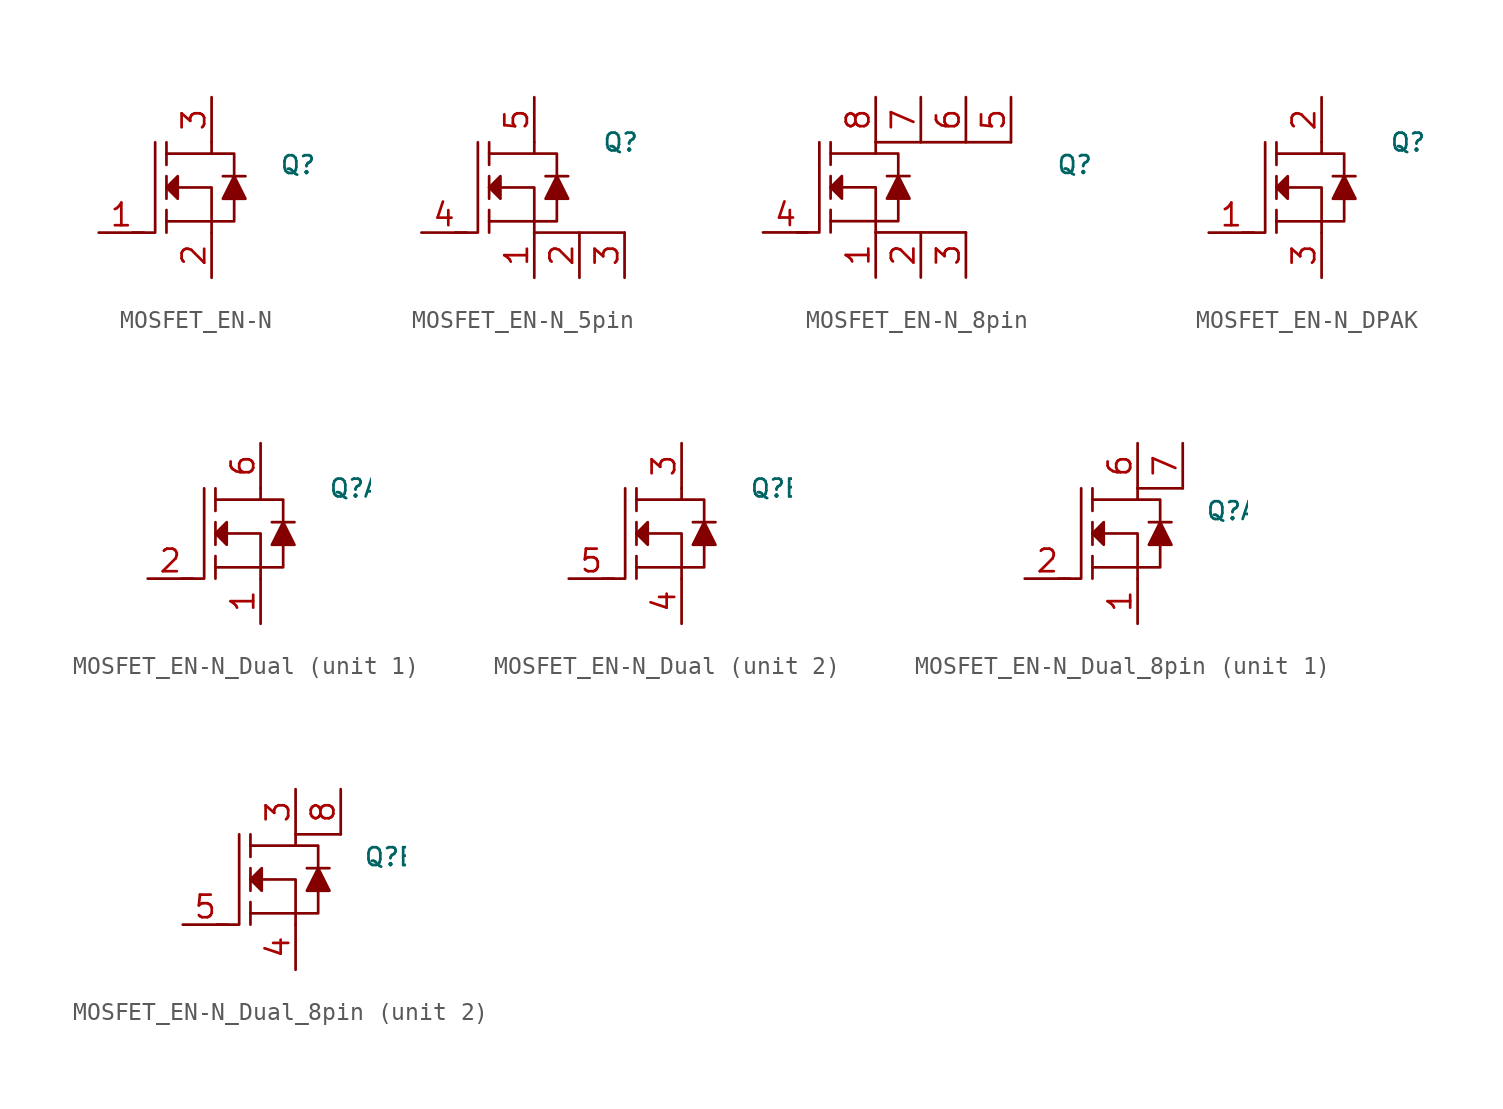
<source format=kicad_sym>
(kicad_symbol_lib
  (version 20231120)
  (generator "kicad_symbol_editor")
  (generator_version "8.0")
  (symbol "MOSFET_EN-N"
    (property "Reference" "Q"
      (at 3.81 1.27 0)
      (effects (font (size 1 1)) (justify left)))
    (symbol "MOSFET_EN-N_0_1"
      (polyline (pts (xy -2.54 -1.905) (xy 0 -1.905)) (stroke (width 0) (type default)) (fill (type none)))
      (polyline (pts (xy -2.54 -1.27) (xy -2.54 -2.54)) (stroke (width 0) (type default)) (fill (type none)))
      (polyline (pts (xy -2.54 0.635) (xy -2.54 -0.635)) (stroke (width 0) (type default)) (fill (type none)))
      (polyline (pts (xy -2.54 2.54) (xy -2.54 1.27)) (stroke (width 0) (type default)) (fill (type none)))
      (polyline (pts (xy 0.635 0.635) (xy 1.905 0.635)) (stroke (width 0) (type default)) (fill (type none)))
      (polyline (pts (xy -3.175 2.54) (xy -3.175 -2.54) (xy -4.445 -2.54)) (stroke (width 0) (type default)) (fill (type none)))
      (polyline (pts (xy -2.54 0) (xy 0 0) (xy 0 -2.54)) (stroke (width 0) (type default)) (fill (type none)))
      (polyline (pts (xy -2.54 1.905) (xy 0 1.905) (xy 0 2.54)) (stroke (width 0) (type default)) (fill (type none)))
      (polyline (pts (xy 1.27 -0.635) (xy 1.27 -1.905) (xy 0 -1.905)) (stroke (width 0) (type default)) (fill (type none)))
      (polyline (pts (xy 1.27 0.635) (xy 1.27 1.905) (xy 0 1.905)) (stroke (width 0) (type default)) (fill (type none)))
      (polyline (pts (xy -1.905 0.635) (xy -1.905 -0.635) (xy -2.54 0) (xy -1.905 0.635)) (stroke (width 0) (type default)) (fill (type outline)))
      (polyline (pts (xy 1.27 0.635) (xy 0.635 -0.635) (xy 1.905 -0.635) (xy 1.27 0.635)) (stroke (width 0) (type default)) (fill (type outline))))
    (symbol "MOSFET_EN-N_1_1"
      (pin input line (at -6.35 -2.54 0) (length 2.54) (name "~" (effects (font (size 1.27 1.27)))) (number "1" (effects (font (size 1.27 1.27)))))
      (pin bidirectional line (at 0 -5.08 90) (length 2.54) (name "~" (effects (font (size 1.27 1.27)))) (number "2" (effects (font (size 1.27 1.27)))))
      (pin bidirectional line (at 0 5.08 270) (length 2.54) (name "~" (effects (font (size 1.27 1.27)))) (number "3" (effects (font (size 1.27 1.27)))))))
  (symbol "MOSFET_EN-N_5pin"
    (property "Reference" "Q"
      (at 3.81 2.54 0)
      (effects (font (size 1 1)) (justify left)))
    (symbol "MOSFET_EN-N_5pin_0_1"
      (polyline (pts (xy -2.54 -1.905) (xy 0 -1.905)) (stroke (width 0) (type default)) (fill (type none)))
      (polyline (pts (xy -2.54 -1.27) (xy -2.54 -2.54)) (stroke (width 0) (type default)) (fill (type none)))
      (polyline (pts (xy -2.54 0.635) (xy -2.54 -0.635)) (stroke (width 0) (type default)) (fill (type none)))
      (polyline (pts (xy -2.54 2.54) (xy -2.54 1.27)) (stroke (width 0) (type default)) (fill (type none)))
      (polyline (pts (xy 0.635 0.635) (xy 1.905 0.635)) (stroke (width 0) (type default)) (fill (type none)))
      (polyline (pts (xy 5.08 -2.54) (xy 0 -2.54)) (stroke (width 0) (type default)) (fill (type none)))
      (polyline (pts (xy -3.175 2.54) (xy -3.175 -2.54) (xy -4.445 -2.54)) (stroke (width 0) (type default)) (fill (type none)))
      (polyline (pts (xy -2.54 0) (xy 0 0) (xy 0 -2.54)) (stroke (width 0) (type default)) (fill (type none)))
      (polyline (pts (xy -2.54 1.905) (xy 0 1.905) (xy 0 2.54)) (stroke (width 0) (type default)) (fill (type none)))
      (polyline (pts (xy 1.27 -0.635) (xy 1.27 -1.905) (xy 0 -1.905)) (stroke (width 0) (type default)) (fill (type none)))
      (polyline (pts (xy 1.27 0.635) (xy 1.27 1.905) (xy 0 1.905)) (stroke (width 0) (type default)) (fill (type none)))
      (polyline (pts (xy -1.905 0.635) (xy -1.905 -0.635) (xy -2.54 0) (xy -1.905 0.635)) (stroke (width 0) (type default)) (fill (type outline)))
      (polyline (pts (xy 1.27 0.635) (xy 0.635 -0.635) (xy 1.905 -0.635) (xy 1.27 0.635)) (stroke (width 0) (type default)) (fill (type outline))))
    (symbol "MOSFET_EN-N_5pin_1_1"
      (pin bidirectional line (at 0 -5.08 90) (length 2.54) (name "~" (effects (font (size 1.27 1.27)))) (number "1" (effects (font (size 1.27 1.27)))))
      (pin bidirectional line (at 2.54 -5.08 90) (length 2.54) (name "~" (effects (font (size 1.27 1.27)))) (number "2" (effects (font (size 1.27 1.27)))))
      (pin bidirectional line (at 5.08 -5.08 90) (length 2.54) (name "~" (effects (font (size 1.27 1.27)))) (number "3" (effects (font (size 1.27 1.27)))))
      (pin input line (at -6.35 -2.54 0) (length 2.54) (name "~" (effects (font (size 1.27 1.27)))) (number "4" (effects (font (size 1.27 1.27)))))
      (pin bidirectional line (at 0 5.08 270) (length 2.54) (name "~" (effects (font (size 1.27 1.27)))) (number "5" (effects (font (size 1.27 1.27)))))))
  (symbol "MOSFET_EN-N_8pin"
    (property "Reference" "Q"
      (at 10.16 1.27 0)
      (effects (font (size 1 1)) (justify left)))
    (symbol "MOSFET_EN-N_8pin_0_1"
      (polyline (pts (xy -2.54 -1.905) (xy 0 -1.905)) (stroke (width 0) (type default)) (fill (type none)))
      (polyline (pts (xy -2.54 -1.27) (xy -2.54 -2.54)) (stroke (width 0) (type default)) (fill (type none)))
      (polyline (pts (xy -2.54 0.635) (xy -2.54 -0.635)) (stroke (width 0) (type default)) (fill (type none)))
      (polyline (pts (xy -2.54 2.54) (xy -2.54 1.27)) (stroke (width 0) (type default)) (fill (type none)))
      (polyline (pts (xy 0 2.54) (xy 7.62 2.54)) (stroke (width 0) (type default)) (fill (type none)))
      (polyline (pts (xy 0.635 0.635) (xy 1.905 0.635)) (stroke (width 0) (type default)) (fill (type none)))
      (polyline (pts (xy 5.08 -2.54) (xy 0 -2.54)) (stroke (width 0) (type default)) (fill (type none)))
      (polyline (pts (xy -3.175 2.54) (xy -3.175 -2.54) (xy -4.445 -2.54)) (stroke (width 0) (type default)) (fill (type none)))
      (polyline (pts (xy -2.54 0) (xy 0 0) (xy 0 -2.54)) (stroke (width 0) (type default)) (fill (type none)))
      (polyline (pts (xy -2.54 1.905) (xy 0 1.905) (xy 0 2.54)) (stroke (width 0) (type default)) (fill (type none)))
      (polyline (pts (xy 1.27 -0.635) (xy 1.27 -1.905) (xy 0 -1.905)) (stroke (width 0) (type default)) (fill (type none)))
      (polyline (pts (xy 1.27 0.635) (xy 1.27 1.905) (xy 0 1.905)) (stroke (width 0) (type default)) (fill (type none)))
      (polyline (pts (xy -1.905 0.635) (xy -1.905 -0.635) (xy -2.54 0) (xy -1.905 0.635)) (stroke (width 0) (type default)) (fill (type outline)))
      (polyline (pts (xy 1.27 0.635) (xy 0.635 -0.635) (xy 1.905 -0.635) (xy 1.27 0.635)) (stroke (width 0) (type default)) (fill (type outline))))
    (symbol "MOSFET_EN-N_8pin_1_1"
      (pin bidirectional line (at 0 -5.08 90) (length 2.54) (name "~" (effects (font (size 1.27 1.27)))) (number "1" (effects (font (size 1.27 1.27)))))
      (pin bidirectional line (at 2.54 -5.08 90) (length 2.54) (name "~" (effects (font (size 1.27 1.27)))) (number "2" (effects (font (size 1.27 1.27)))))
      (pin bidirectional line (at 5.08 -5.08 90) (length 2.54) (name "~" (effects (font (size 1.27 1.27)))) (number "3" (effects (font (size 1.27 1.27)))))
      (pin input line (at -6.35 -2.54 0) (length 2.54) (name "~" (effects (font (size 1.27 1.27)))) (number "4" (effects (font (size 1.27 1.27)))))
      (pin bidirectional line (at 7.62 5.08 270) (length 2.54) (name "~" (effects (font (size 1.27 1.27)))) (number "5" (effects (font (size 1.27 1.27)))))
      (pin bidirectional line (at 5.08 5.08 270) (length 2.54) (name "~" (effects (font (size 1.27 1.27)))) (number "6" (effects (font (size 1.27 1.27)))))
      (pin bidirectional line (at 2.54 5.08 270) (length 2.54) (name "~" (effects (font (size 1.27 1.27)))) (number "7" (effects (font (size 1.27 1.27)))))
      (pin bidirectional line (at 0 5.08 270) (length 2.54) (name "~" (effects (font (size 1.27 1.27)))) (number "8" (effects (font (size 1.27 1.27)))))))
  (symbol "MOSFET_EN-N_DPAK"
    (property "Reference" "Q"
      (at 3.81 2.54 0)
      (effects (font (size 1 1)) (justify left)))
    (symbol "MOSFET_EN-N_DPAK_0_1"
      (polyline (pts (xy -2.54 -1.905) (xy 0 -1.905)) (stroke (width 0) (type default)) (fill (type none)))
      (polyline (pts (xy -2.54 -1.27) (xy -2.54 -2.54)) (stroke (width 0) (type default)) (fill (type none)))
      (polyline (pts (xy -2.54 0.635) (xy -2.54 -0.635)) (stroke (width 0) (type default)) (fill (type none)))
      (polyline (pts (xy -2.54 2.54) (xy -2.54 1.27)) (stroke (width 0) (type default)) (fill (type none)))
      (polyline (pts (xy 0.635 0.635) (xy 1.905 0.635)) (stroke (width 0) (type default)) (fill (type none)))
      (polyline (pts (xy -3.175 2.54) (xy -3.175 -2.54) (xy -4.445 -2.54)) (stroke (width 0) (type default)) (fill (type none)))
      (polyline (pts (xy -2.54 0) (xy 0 0) (xy 0 -2.54)) (stroke (width 0) (type default)) (fill (type none)))
      (polyline (pts (xy -2.54 1.905) (xy 0 1.905) (xy 0 2.54)) (stroke (width 0) (type default)) (fill (type none)))
      (polyline (pts (xy 1.27 -0.635) (xy 1.27 -1.905) (xy 0 -1.905)) (stroke (width 0) (type default)) (fill (type none)))
      (polyline (pts (xy 1.27 0.635) (xy 1.27 1.905) (xy 0 1.905)) (stroke (width 0) (type default)) (fill (type none)))
      (polyline (pts (xy -1.905 0.635) (xy -1.905 -0.635) (xy -2.54 0) (xy -1.905 0.635)) (stroke (width 0) (type default)) (fill (type outline)))
      (polyline (pts (xy 1.27 0.635) (xy 0.635 -0.635) (xy 1.905 -0.635) (xy 1.27 0.635)) (stroke (width 0) (type default)) (fill (type outline))))
    (symbol "MOSFET_EN-N_DPAK_1_1"
      (pin input line (at -6.35 -2.54 0) (length 2.54) (name "~" (effects (font (size 1.27 1.27)))) (number "1" (effects (font (size 1.27 1.27)))))
      (pin bidirectional line (at 0 5.08 270) (length 2.54) (name "~" (effects (font (size 1.27 1.27)))) (number "2" (effects (font (size 1.27 1.27)))))
      (pin bidirectional line (at 0 -5.08 90) (length 2.54) (name "~" (effects (font (size 1.27 1.27)))) (number "3" (effects (font (size 1.27 1.27)))))))
  (symbol "MOSFET_EN-N_Dual"
    (pin_names hide)
    (property "Reference" "Q"
      (at 3.81 2.54 0)
      (effects (font (size 1 1)) (justify left)))
    (property "ki_locked" ""
      (at 0 0 0)
      (effects (font (size 1.27 1.27))))
    (symbol "MOSFET_EN-N_Dual_0_1"
      (polyline (pts (xy -2.54 -1.905) (xy 0 -1.905)) (stroke (width 0) (type default)) (fill (type none)))
      (polyline (pts (xy -2.54 -1.27) (xy -2.54 -2.54)) (stroke (width 0) (type default)) (fill (type none)))
      (polyline (pts (xy -2.54 0.635) (xy -2.54 -0.635)) (stroke (width 0) (type default)) (fill (type none)))
      (polyline (pts (xy -2.54 2.54) (xy -2.54 1.27)) (stroke (width 0) (type default)) (fill (type none)))
      (polyline (pts (xy 0.635 0.635) (xy 1.905 0.635)) (stroke (width 0) (type default)) (fill (type none)))
      (polyline (pts (xy -3.175 2.54) (xy -3.175 -2.54) (xy -4.445 -2.54)) (stroke (width 0) (type default)) (fill (type none)))
      (polyline (pts (xy -2.54 0) (xy 0 0) (xy 0 -2.54)) (stroke (width 0) (type default)) (fill (type none)))
      (polyline (pts (xy -2.54 1.905) (xy 0 1.905) (xy 0 2.54)) (stroke (width 0) (type default)) (fill (type none)))
      (polyline (pts (xy 1.27 -0.635) (xy 1.27 -1.905) (xy 0 -1.905)) (stroke (width 0) (type default)) (fill (type none)))
      (polyline (pts (xy 1.27 0.635) (xy 1.27 1.905) (xy 0 1.905)) (stroke (width 0) (type default)) (fill (type none)))
      (polyline (pts (xy -1.905 0.635) (xy -1.905 -0.635) (xy -2.54 0) (xy -1.905 0.635)) (stroke (width 0) (type default)) (fill (type outline)))
      (polyline (pts (xy 1.27 0.635) (xy 0.635 -0.635) (xy 1.905 -0.635) (xy 1.27 0.635)) (stroke (width 0) (type default)) (fill (type outline))))
    (symbol "MOSFET_EN-N_Dual_1_1"
      (pin bidirectional line (at 0 -5.08 90) (length 2.54) (name "~" (effects (font (size 1.27 1.27)))) (number "1" (effects (font (size 1.27 1.27)))))
      (pin input line (at -6.35 -2.54 0) (length 2.54) (name "~" (effects (font (size 1.27 1.27)))) (number "2" (effects (font (size 1.27 1.27)))))
      (pin bidirectional line (at 0 5.08 270) (length 2.54) (name "~" (effects (font (size 1.27 1.27)))) (number "6" (effects (font (size 1.27 1.27))))))
    (symbol "MOSFET_EN-N_Dual_2_1"
      (pin bidirectional line (at 0 5.08 270) (length 2.54) (name "~" (effects (font (size 1.27 1.27)))) (number "3" (effects (font (size 1.27 1.27)))))
      (pin bidirectional line (at 0 -5.08 90) (length 2.54) (name "~" (effects (font (size 1.27 1.27)))) (number "4" (effects (font (size 1.27 1.27)))))
      (pin input line (at -6.35 -2.54 0) (length 2.54) (name "~" (effects (font (size 1.27 1.27)))) (number "5" (effects (font (size 1.27 1.27)))))))
  (symbol "MOSFET_EN-N_Dual_8pin"
    (pin_names hide)
    (property "Reference" "Q"
      (at 3.81 1.27 0)
      (effects (font (size 1 1)) (justify left)))
    (property "ki_locked" ""
      (at 0 0 0)
      (effects (font (size 1.27 1.27))))
    (symbol "MOSFET_EN-N_Dual_8pin_0_1"
      (polyline (pts (xy -2.54 -1.905) (xy 0 -1.905)) (stroke (width 0) (type default)) (fill (type none)))
      (polyline (pts (xy -2.54 -1.27) (xy -2.54 -2.54)) (stroke (width 0) (type default)) (fill (type none)))
      (polyline (pts (xy -2.54 0.635) (xy -2.54 -0.635)) (stroke (width 0) (type default)) (fill (type none)))
      (polyline (pts (xy -2.54 2.54) (xy -2.54 1.27)) (stroke (width 0) (type default)) (fill (type none)))
      (polyline (pts (xy 0.635 0.635) (xy 1.905 0.635)) (stroke (width 0) (type default)) (fill (type none)))
      (polyline (pts (xy -3.175 2.54) (xy -3.175 -2.54) (xy -4.445 -2.54)) (stroke (width 0) (type default)) (fill (type none)))
      (polyline (pts (xy -2.54 0) (xy 0 0) (xy 0 -2.54)) (stroke (width 0) (type default)) (fill (type none)))
      (polyline (pts (xy -2.54 1.905) (xy 0 1.905) (xy 0 2.54)) (stroke (width 0) (type default)) (fill (type none)))
      (polyline (pts (xy 1.27 -0.635) (xy 1.27 -1.905) (xy 0 -1.905)) (stroke (width 0) (type default)) (fill (type none)))
      (polyline (pts (xy 1.27 0.635) (xy 1.27 1.905) (xy 0 1.905)) (stroke (width 0) (type default)) (fill (type none)))
      (polyline (pts (xy -1.905 0.635) (xy -1.905 -0.635) (xy -2.54 0) (xy -1.905 0.635)) (stroke (width 0) (type default)) (fill (type outline)))
      (polyline (pts (xy 1.27 0.635) (xy 0.635 -0.635) (xy 1.905 -0.635) (xy 1.27 0.635)) (stroke (width 0) (type default)) (fill (type outline))))
    (symbol "MOSFET_EN-N_Dual_8pin_1_1"
      (polyline (pts (xy 0 2.54) (xy 2.54 2.54)) (stroke (width 0.152) (type default)) (fill (type none)))
      (pin bidirectional line (at 0 -5.08 90) (length 2.54) (name "~" (effects (font (size 1.27 1.27)))) (number "1" (effects (font (size 1.27 1.27)))))
      (pin input line (at -6.35 -2.54 0) (length 2.54) (name "~" (effects (font (size 1.27 1.27)))) (number "2" (effects (font (size 1.27 1.27)))))
      (pin bidirectional line (at 0 5.08 270) (length 2.54) (name "~" (effects (font (size 1.27 1.27)))) (number "6" (effects (font (size 1.27 1.27)))))
      (pin bidirectional line (at 2.54 5.08 270) (length 2.54) (name "~" (effects (font (size 1.27 1.27)))) (number "7" (effects (font (size 1.27 1.27))))))
    (symbol "MOSFET_EN-N_Dual_8pin_2_1"
      (polyline (pts (xy 2.54 2.54) (xy 0 2.54)) (stroke (width 0.152) (type default)) (fill (type none)))
      (pin bidirectional line (at 0 5.08 270) (length 2.54) (name "~" (effects (font (size 1.27 1.27)))) (number "3" (effects (font (size 1.27 1.27)))))
      (pin bidirectional line (at 0 -5.08 90) (length 2.54) (name "~" (effects (font (size 1.27 1.27)))) (number "4" (effects (font (size 1.27 1.27)))))
      (pin input line (at -6.35 -2.54 0) (length 2.54) (name "~" (effects (font (size 1.27 1.27)))) (number "5" (effects (font (size 1.27 1.27)))))
      (pin bidirectional line (at 2.54 5.08 270) (length 2.54) (name "~" (effects (font (size 1.27 1.27)))) (number "8" (effects (font (size 1.27 1.27))))))))
</source>
